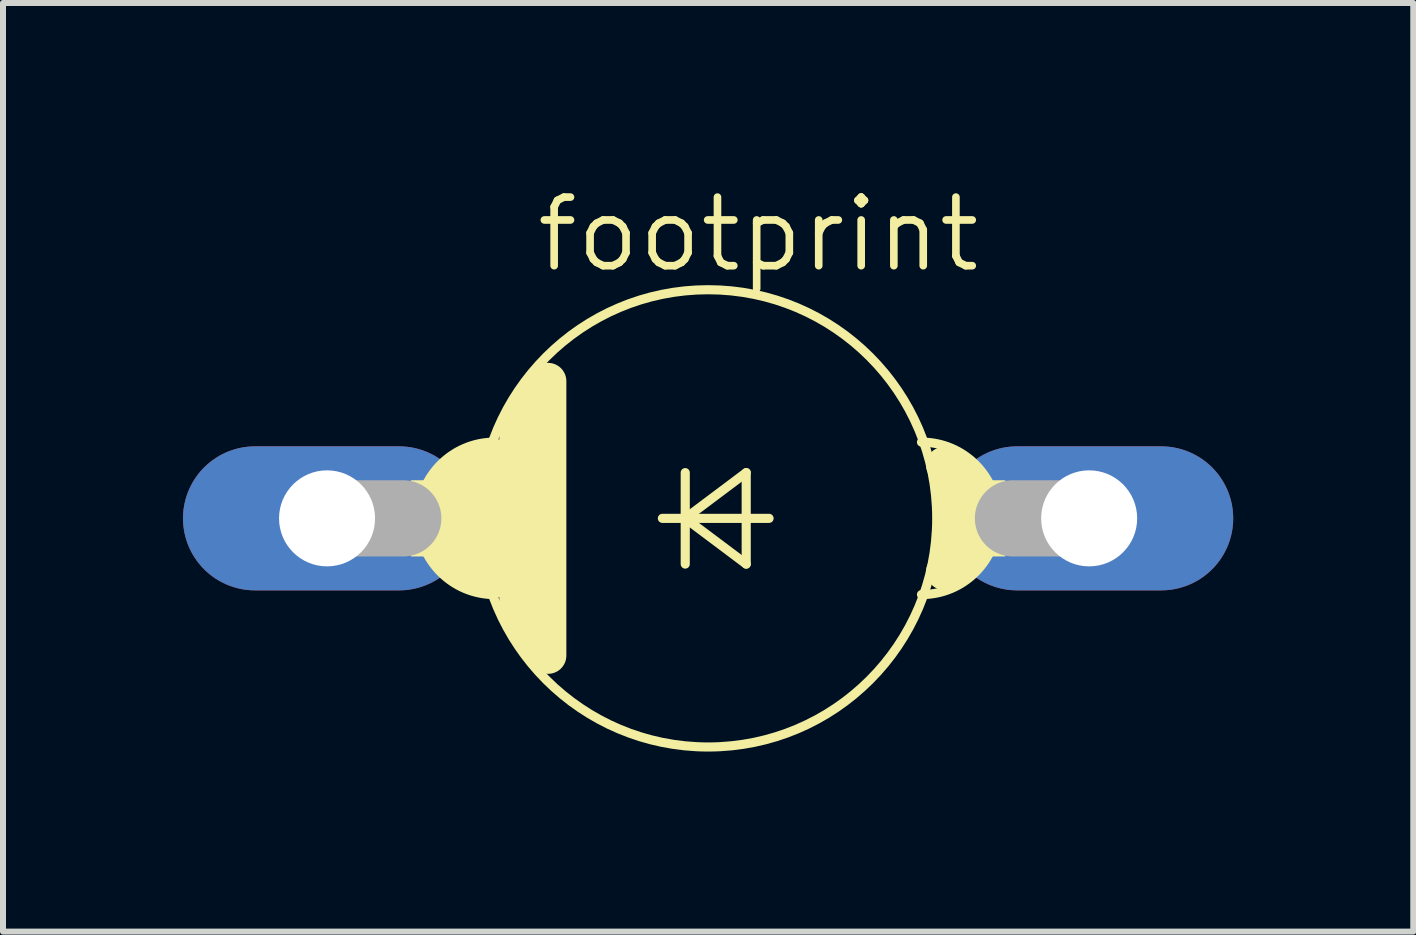
<source format=kicad_pcb>
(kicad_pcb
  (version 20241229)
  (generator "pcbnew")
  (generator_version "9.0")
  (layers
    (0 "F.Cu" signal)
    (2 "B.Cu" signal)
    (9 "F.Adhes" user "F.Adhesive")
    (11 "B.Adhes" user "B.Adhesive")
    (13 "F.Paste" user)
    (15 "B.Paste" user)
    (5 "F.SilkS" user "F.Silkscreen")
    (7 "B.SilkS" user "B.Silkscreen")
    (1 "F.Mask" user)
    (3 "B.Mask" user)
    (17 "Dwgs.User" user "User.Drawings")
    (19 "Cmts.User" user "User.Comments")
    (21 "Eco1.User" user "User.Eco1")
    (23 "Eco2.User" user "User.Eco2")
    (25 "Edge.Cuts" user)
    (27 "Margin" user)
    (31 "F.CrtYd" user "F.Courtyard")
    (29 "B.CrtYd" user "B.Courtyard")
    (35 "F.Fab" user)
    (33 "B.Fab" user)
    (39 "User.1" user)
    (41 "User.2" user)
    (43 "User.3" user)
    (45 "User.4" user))
  (footprint "footprint"
    (layer "F.Cu")
    (at 8.75 5.588)
    (property "Reference" "footprint" (at -2.921 -4.064 0) (layer "F.SilkS") (effects (font (size 1.143 1.143) (thickness 0.127)) (justify left bottom)))
    (fp_line (start -4.318 -0.508) (end -3.937 -0.889) (stroke (width 0.61) (type solid)) (layer "F.SilkS"))
    (fp_line (start -4.318 0.508) (end -3.937 0.889) (stroke (width 0.61) (type solid)) (layer "F.SilkS"))
    (fp_line (start -3.556 -1.016) (end -3.556 1.016) (stroke (width 0.61) (type solid)) (layer "F.SilkS"))
    (fp_line (start -3.175 -1.524) (end -3.175 1.524) (stroke (width 0.61) (type solid)) (layer "F.SilkS"))
    (fp_line (start -3.175 1.524) (end -2.921 2.032) (stroke (width 0.61) (type solid)) (layer "F.SilkS"))
    (fp_line (start -2.921 -2.032) (end -3.175 -1.524) (stroke (width 0.61) (type solid)) (layer "F.SilkS"))
    (fp_line (start -2.667 2.286) (end -2.667 -2.286) (stroke (width 0.61) (type solid)) (layer "F.SilkS"))
    (fp_line (start -0.762 0) (end -0.381 0) (stroke (width 0.152) (type solid)) (layer "F.SilkS"))
    (fp_line (start -0.381 -0.762) (end -0.381 0) (stroke (width 0.152) (type solid)) (layer "F.SilkS"))
    (fp_line (start -0.381 0) (end -0.381 0.762) (stroke (width 0.152) (type solid)) (layer "F.SilkS"))
    (fp_line (start -0.381 0) (end 0.635 -0.762) (stroke (width 0.152) (type solid)) (layer "F.SilkS"))
    (fp_line (start -0.381 0) (end 1.016 0) (stroke (width 0.152) (type solid)) (layer "F.SilkS"))
    (fp_line (start 0.635 -0.762) (end 0.635 0.762) (stroke (width 0.152) (type solid)) (layer "F.SilkS"))
    (fp_line (start 0.635 0.762) (end -0.381 0) (stroke (width 0.152) (type solid)) (layer "F.SilkS"))
    (fp_line (start 3.937 -0.889) (end 4.318 -0.508) (stroke (width 0.61) (type solid)) (layer "F.SilkS"))
    (fp_line (start 4.318 0.508) (end 3.937 0.889) (stroke (width 0.61) (type solid)) (layer "F.SilkS"))
    (fp_arc (start -3.556 1.27) (mid -4.826 0) (end -3.556 -1.27) (stroke (width 0.1524) (type solid)) (layer "F.SilkS"))
    (fp_arc (start 3.556 -1.27) (mid 4.826 0) (end 3.556 1.27) (stroke (width 0.1524) (type solid)) (layer "F.SilkS"))
    (fp_circle (center 0 0) (end 3.81 0) (stroke (width 0.152) (type solid)) (fill no) (layer "F.SilkS"))
    (fp_poly (pts (xy -4.953 0.635) (xy -3.81 0.635) (xy -3.81 -0.635) (xy -4.953 -0.635)) (stroke (width 0) (type solid)) (fill yes) (layer "F.SilkS"))
    (fp_poly (pts (xy 3.81 0.635) (xy 4.953 0.635) (xy 4.953 -0.635) (xy 3.81 -0.635)) (stroke (width 0) (type solid)) (fill yes) (layer "F.SilkS"))
    (fp_line (start -6.35 0) (end -5.08 0) (stroke (width 1.27) (type solid)) (layer "F.Fab"))
    (fp_line (start 6.35 0) (end 5.08 0) (stroke (width 1.27) (type solid)) (layer "F.Fab"))
    (pad "A" thru_hole oval (at 6.35 0) (size 4.801 2.4) (drill 1.6) (layers "*.Cu" "*.Mask"))
    (pad "C" thru_hole oval (at -6.35 0) (size 4.801 2.4) (drill 1.6) (layers "*.Cu" "*.Mask")))
  (gr_rect
    (start -3 -3)
    (end 20.501 12.474)
    (stroke (width 0.1) (type default))
    (fill no)
    (layer "Edge.Cuts")))
</source>
